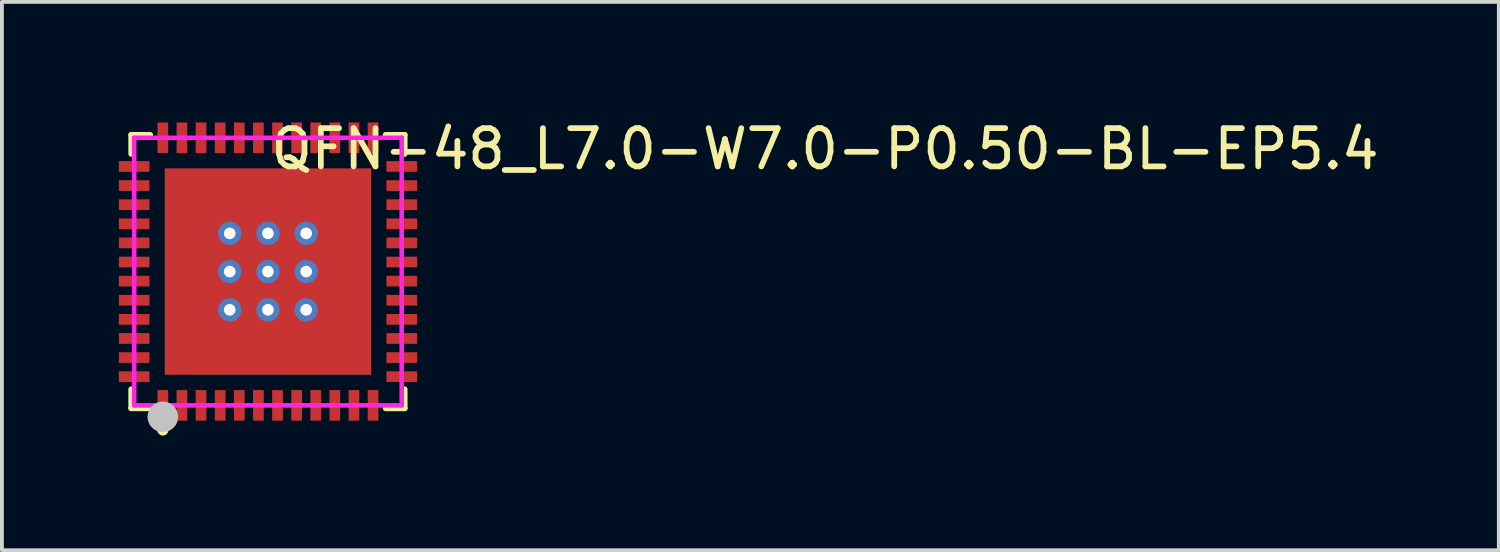
<source format=kicad_pcb>
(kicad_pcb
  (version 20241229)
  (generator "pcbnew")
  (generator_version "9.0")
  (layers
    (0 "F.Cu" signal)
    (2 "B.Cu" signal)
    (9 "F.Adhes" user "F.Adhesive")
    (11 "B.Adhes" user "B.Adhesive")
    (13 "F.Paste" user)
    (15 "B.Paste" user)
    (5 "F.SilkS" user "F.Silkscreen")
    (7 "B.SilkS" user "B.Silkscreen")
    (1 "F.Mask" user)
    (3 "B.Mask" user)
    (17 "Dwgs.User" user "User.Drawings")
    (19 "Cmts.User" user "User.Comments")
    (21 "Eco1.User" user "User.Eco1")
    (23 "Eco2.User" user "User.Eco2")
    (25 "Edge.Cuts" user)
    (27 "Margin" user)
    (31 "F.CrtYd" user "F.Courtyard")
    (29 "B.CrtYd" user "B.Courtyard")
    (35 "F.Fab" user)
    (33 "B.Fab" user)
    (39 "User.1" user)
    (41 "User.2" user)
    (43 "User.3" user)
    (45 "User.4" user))
  (footprint "QFN-48_L7.0-W7.0-P0.50-BL-EP5.4"
    (layer "F.Cu")
    (at 3.96 4.055)
    (property "Reference" "QFN-48_L7.0-W7.0-P0.50-BL-EP5.4" (at 0 -3.207 0) (layer "F.SilkS") (effects (font (size 1 1) (thickness 0.15)) (justify left)))
    (attr through_hole)
    (fp_line (start -3.576 -3.576) (end -3.081 -3.576) (stroke (width 0.152) (type solid)) (layer "F.SilkS"))
    (fp_line (start -3.576 -3.08) (end -3.576 -3.576) (stroke (width 0.152) (type solid)) (layer "F.SilkS"))
    (fp_line (start -3.576 3.08) (end -3.576 3.576) (stroke (width 0.152) (type solid)) (layer "F.SilkS"))
    (fp_line (start -3.576 3.576) (end -3.081 3.576) (stroke (width 0.152) (type solid)) (layer "F.SilkS"))
    (fp_line (start 3.576 -3.576) (end 3.08 -3.576) (stroke (width 0.152) (type solid)) (layer "F.SilkS"))
    (fp_line (start 3.576 -3.08) (end 3.576 -3.576) (stroke (width 0.152) (type solid)) (layer "F.SilkS"))
    (fp_line (start 3.576 3.08) (end 3.576 3.576) (stroke (width 0.152) (type solid)) (layer "F.SilkS"))
    (fp_line (start 3.576 3.576) (end 3.08 3.576) (stroke (width 0.152) (type solid)) (layer "F.SilkS"))
    (fp_circle (center -2.75 4.14) (end -2.675 4.14) (stroke (width 0.15) (type solid)) (fill no) (layer "F.SilkS"))
    (fp_poly (pts (xy -3.1 -2.61) (xy -3.1 -2.89) (xy -3.9 -2.89) (xy -3.9 -2.61)) (stroke (width 0.12) (type solid)) (fill yes) (layer "F.Paste"))
    (fp_poly (pts (xy -3.1 -2.11) (xy -3.1 -2.39) (xy -3.9 -2.39) (xy -3.9 -2.11)) (stroke (width 0.12) (type solid)) (fill yes) (layer "F.Paste"))
    (fp_poly (pts (xy -3.1 -1.61) (xy -3.1 -1.89) (xy -3.9 -1.89) (xy -3.9 -1.61)) (stroke (width 0.12) (type solid)) (fill yes) (layer "F.Paste"))
    (fp_poly (pts (xy -3.1 -1.11) (xy -3.1 -1.39) (xy -3.9 -1.39) (xy -3.9 -1.11)) (stroke (width 0.12) (type solid)) (fill yes) (layer "F.Paste"))
    (fp_poly (pts (xy -3.1 -0.61) (xy -3.1 -0.89) (xy -3.9 -0.89) (xy -3.9 -0.61)) (stroke (width 0.12) (type solid)) (fill yes) (layer "F.Paste"))
    (fp_poly (pts (xy -3.1 -0.11) (xy -3.1 -0.39) (xy -3.9 -0.39) (xy -3.9 -0.11)) (stroke (width 0.12) (type solid)) (fill yes) (layer "F.Paste"))
    (fp_poly (pts (xy -3.1 0.39) (xy -3.1 0.11) (xy -3.9 0.11) (xy -3.9 0.39)) (stroke (width 0.12) (type solid)) (fill yes) (layer "F.Paste"))
    (fp_poly (pts (xy -3.1 0.89) (xy -3.1 0.61) (xy -3.9 0.61) (xy -3.9 0.89)) (stroke (width 0.12) (type solid)) (fill yes) (layer "F.Paste"))
    (fp_poly (pts (xy -3.1 1.39) (xy -3.1 1.11) (xy -3.9 1.11) (xy -3.9 1.39)) (stroke (width 0.12) (type solid)) (fill yes) (layer "F.Paste"))
    (fp_poly (pts (xy -3.1 1.89) (xy -3.1 1.61) (xy -3.9 1.61) (xy -3.9 1.89)) (stroke (width 0.12) (type solid)) (fill yes) (layer "F.Paste"))
    (fp_poly (pts (xy -3.1 2.39) (xy -3.1 2.11) (xy -3.9 2.11) (xy -3.9 2.39)) (stroke (width 0.12) (type solid)) (fill yes) (layer "F.Paste"))
    (fp_poly (pts (xy -3.1 2.89) (xy -3.1 2.61) (xy -3.9 2.61) (xy -3.9 2.89)) (stroke (width 0.12) (type solid)) (fill yes) (layer "F.Paste"))
    (fp_poly (pts (xy -2.61 -3.9) (xy -2.89 -3.9) (xy -2.89 -3.1) (xy -2.61 -3.1)) (stroke (width 0.12) (type solid)) (fill yes) (layer "F.Paste"))
    (fp_poly (pts (xy -2.61 3.1) (xy -2.89 3.1) (xy -2.89 3.9) (xy -2.61 3.9)) (stroke (width 0.12) (type solid)) (fill yes) (layer "F.Paste"))
    (fp_poly (pts (xy -2.16 -2.16) (xy 2.16 -2.16) (xy 2.16 2.16) (xy -2.16 2.16)) (stroke (width 0.12) (type solid)) (fill yes) (layer "F.Paste"))
    (fp_poly (pts (xy -2.11 -3.9) (xy -2.39 -3.9) (xy -2.39 -3.1) (xy -2.11 -3.1)) (stroke (width 0.12) (type solid)) (fill yes) (layer "F.Paste"))
    (fp_poly (pts (xy -2.109 3.1) (xy -2.389 3.1) (xy -2.389 3.9) (xy -2.109 3.9)) (stroke (width 0.12) (type solid)) (fill yes) (layer "F.Paste"))
    (fp_poly (pts (xy -1.61 -3.9) (xy -1.89 -3.9) (xy -1.89 -3.1) (xy -1.61 -3.1)) (stroke (width 0.12) (type solid)) (fill yes) (layer "F.Paste"))
    (fp_poly (pts (xy -1.609 3.1) (xy -1.89 3.1) (xy -1.89 3.9) (xy -1.609 3.9)) (stroke (width 0.12) (type solid)) (fill yes) (layer "F.Paste"))
    (fp_poly (pts (xy -1.11 -3.9) (xy -1.39 -3.9) (xy -1.39 -3.1) (xy -1.11 -3.1)) (stroke (width 0.12) (type solid)) (fill yes) (layer "F.Paste"))
    (fp_poly (pts (xy -1.109 3.1) (xy -1.389 3.1) (xy -1.389 3.9) (xy -1.109 3.9)) (stroke (width 0.12) (type solid)) (fill yes) (layer "F.Paste"))
    (fp_poly (pts (xy -0.61 -3.9) (xy -0.89 -3.9) (xy -0.89 -3.1) (xy -0.61 -3.1)) (stroke (width 0.12) (type solid)) (fill yes) (layer "F.Paste"))
    (fp_poly (pts (xy -0.61 3.1) (xy -0.89 3.1) (xy -0.89 3.9) (xy -0.61 3.9)) (stroke (width 0.12) (type solid)) (fill yes) (layer "F.Paste"))
    (fp_poly (pts (xy -0.11 -3.9) (xy -0.389 -3.9) (xy -0.389 -3.1) (xy -0.11 -3.1)) (stroke (width 0.12) (type solid)) (fill yes) (layer "F.Paste"))
    (fp_poly (pts (xy -0.109 3.1) (xy -0.389 3.1) (xy -0.389 3.899) (xy -0.109 3.899)) (stroke (width 0.12) (type solid)) (fill yes) (layer "F.Paste"))
    (fp_poly (pts (xy 0.39 -3.9) (xy 0.11 -3.9) (xy 0.11 -3.1) (xy 0.39 -3.1)) (stroke (width 0.12) (type solid)) (fill yes) (layer "F.Paste"))
    (fp_poly (pts (xy 0.39 3.1) (xy 0.11 3.1) (xy 0.11 3.9) (xy 0.39 3.9)) (stroke (width 0.12) (type solid)) (fill yes) (layer "F.Paste"))
    (fp_poly (pts (xy 0.89 -3.9) (xy 0.61 -3.9) (xy 0.61 -3.1) (xy 0.89 -3.1)) (stroke (width 0.12) (type solid)) (fill yes) (layer "F.Paste"))
    (fp_poly (pts (xy 0.89 3.1) (xy 0.611 3.1) (xy 0.611 3.899) (xy 0.89 3.899)) (stroke (width 0.12) (type solid)) (fill yes) (layer "F.Paste"))
    (fp_poly (pts (xy 1.39 -3.9) (xy 1.11 -3.9) (xy 1.11 -3.1) (xy 1.39 -3.1)) (stroke (width 0.12) (type solid)) (fill yes) (layer "F.Paste"))
    (fp_poly (pts (xy 1.39 3.1) (xy 1.11 3.1) (xy 1.11 3.9) (xy 1.39 3.9)) (stroke (width 0.12) (type solid)) (fill yes) (layer "F.Paste"))
    (fp_poly (pts (xy 1.89 -3.9) (xy 1.61 -3.9) (xy 1.61 -3.1) (xy 1.89 -3.1)) (stroke (width 0.12) (type solid)) (fill yes) (layer "F.Paste"))
    (fp_poly (pts (xy 1.891 3.1) (xy 1.611 3.1) (xy 1.611 3.9) (xy 1.891 3.9)) (stroke (width 0.12) (type solid)) (fill yes) (layer "F.Paste"))
    (fp_poly (pts (xy 2.39 -3.9) (xy 2.11 -3.9) (xy 2.11 -3.1) (xy 2.39 -3.1)) (stroke (width 0.12) (type solid)) (fill yes) (layer "F.Paste"))
    (fp_poly (pts (xy 2.39 3.1) (xy 2.11 3.1) (xy 2.11 3.9) (xy 2.39 3.9)) (stroke (width 0.12) (type solid)) (fill yes) (layer "F.Paste"))
    (fp_poly (pts (xy 2.89 -3.9) (xy 2.61 -3.9) (xy 2.61 -3.1) (xy 2.89 -3.1)) (stroke (width 0.12) (type solid)) (fill yes) (layer "F.Paste"))
    (fp_poly (pts (xy 2.891 3.1) (xy 2.611 3.1) (xy 2.611 3.9) (xy 2.891 3.9)) (stroke (width 0.12) (type solid)) (fill yes) (layer "F.Paste"))
    (fp_poly (pts (xy 3.9 -2.61) (xy 3.9 -2.89) (xy 3.1 -2.89) (xy 3.1 -2.61)) (stroke (width 0.12) (type solid)) (fill yes) (layer "F.Paste"))
    (fp_poly (pts (xy 3.9 -2.11) (xy 3.9 -2.39) (xy 3.1 -2.39) (xy 3.1 -2.11)) (stroke (width 0.12) (type solid)) (fill yes) (layer "F.Paste"))
    (fp_poly (pts (xy 3.9 -1.61) (xy 3.9 -1.89) (xy 3.1 -1.89) (xy 3.1 -1.61)) (stroke (width 0.12) (type solid)) (fill yes) (layer "F.Paste"))
    (fp_poly (pts (xy 3.9 -1.11) (xy 3.9 -1.39) (xy 3.1 -1.39) (xy 3.1 -1.11)) (stroke (width 0.12) (type solid)) (fill yes) (layer "F.Paste"))
    (fp_poly (pts (xy 3.9 -0.61) (xy 3.9 -0.89) (xy 3.1 -0.89) (xy 3.1 -0.61)) (stroke (width 0.12) (type solid)) (fill yes) (layer "F.Paste"))
    (fp_poly (pts (xy 3.9 -0.11) (xy 3.9 -0.39) (xy 3.1 -0.39) (xy 3.1 -0.11)) (stroke (width 0.12) (type solid)) (fill yes) (layer "F.Paste"))
    (fp_poly (pts (xy 3.9 0.39) (xy 3.9 0.11) (xy 3.1 0.11) (xy 3.1 0.39)) (stroke (width 0.12) (type solid)) (fill yes) (layer "F.Paste"))
    (fp_poly (pts (xy 3.9 0.89) (xy 3.9 0.61) (xy 3.1 0.61) (xy 3.1 0.89)) (stroke (width 0.12) (type solid)) (fill yes) (layer "F.Paste"))
    (fp_poly (pts (xy 3.9 1.39) (xy 3.9 1.11) (xy 3.1 1.11) (xy 3.1 1.39)) (stroke (width 0.12) (type solid)) (fill yes) (layer "F.Paste"))
    (fp_poly (pts (xy 3.9 1.89) (xy 3.9 1.61) (xy 3.1 1.61) (xy 3.1 1.89)) (stroke (width 0.12) (type solid)) (fill yes) (layer "F.Paste"))
    (fp_poly (pts (xy 3.9 2.39) (xy 3.9 2.11) (xy 3.1 2.11) (xy 3.1 2.39)) (stroke (width 0.12) (type solid)) (fill yes) (layer "F.Paste"))
    (fp_poly (pts (xy 3.9 2.89) (xy 3.9 2.61) (xy 3.1 2.61) (xy 3.1 2.89)) (stroke (width 0.12) (type solid)) (fill yes) (layer "F.Paste"))
    (fp_circle (center -2.75 3.8) (end -2.55 3.8) (stroke (width 0.4) (type solid)) (fill no) (layer "Dwgs.User"))
    (fp_circle (center -3.5 3.5) (end -3.47 3.5) (stroke (width 0.06) (type solid)) (fill no) (layer "Eco2.User"))
    (fp_poly (pts (xy -3.1 -2.63) (xy -3.1 -2.87) (xy -3.5 -2.87) (xy -3.5 -2.63)) (stroke (width 0.12) (type solid)) (fill no) (layer "Eco2.User"))
    (fp_poly (pts (xy -3.1 -2.13) (xy -3.1 -2.37) (xy -3.5 -2.37) (xy -3.5 -2.13)) (stroke (width 0.12) (type solid)) (fill no) (layer "Eco2.User"))
    (fp_poly (pts (xy -3.1 -1.63) (xy -3.1 -1.87) (xy -3.5 -1.87) (xy -3.5 -1.63)) (stroke (width 0.12) (type solid)) (fill no) (layer "Eco2.User"))
    (fp_poly (pts (xy -3.1 -1.13) (xy -3.1 -1.37) (xy -3.5 -1.37) (xy -3.5 -1.13)) (stroke (width 0.12) (type solid)) (fill no) (layer "Eco2.User"))
    (fp_poly (pts (xy -3.1 -0.63) (xy -3.1 -0.87) (xy -3.5 -0.87) (xy -3.5 -0.63)) (stroke (width 0.12) (type solid)) (fill no) (layer "Eco2.User"))
    (fp_poly (pts (xy -3.1 -0.13) (xy -3.1 -0.37) (xy -3.5 -0.37) (xy -3.5 -0.13)) (stroke (width 0.12) (type solid)) (fill no) (layer "Eco2.User"))
    (fp_poly (pts (xy -3.1 0.37) (xy -3.1 0.13) (xy -3.5 0.13) (xy -3.5 0.37)) (stroke (width 0.12) (type solid)) (fill no) (layer "Eco2.User"))
    (fp_poly (pts (xy -3.1 0.87) (xy -3.1 0.63) (xy -3.5 0.63) (xy -3.5 0.87)) (stroke (width 0.12) (type solid)) (fill no) (layer "Eco2.User"))
    (fp_poly (pts (xy -3.1 1.37) (xy -3.1 1.13) (xy -3.5 1.13) (xy -3.5 1.37)) (stroke (width 0.12) (type solid)) (fill no) (layer "Eco2.User"))
    (fp_poly (pts (xy -3.1 1.87) (xy -3.1 1.63) (xy -3.5 1.63) (xy -3.5 1.87)) (stroke (width 0.12) (type solid)) (fill no) (layer "Eco2.User"))
    (fp_poly (pts (xy -3.1 2.37) (xy -3.1 2.13) (xy -3.5 2.13) (xy -3.5 2.37)) (stroke (width 0.12) (type solid)) (fill no) (layer "Eco2.User"))
    (fp_poly (pts (xy -3.1 2.87) (xy -3.1 2.63) (xy -3.5 2.63) (xy -3.5 2.87)) (stroke (width 0.12) (type solid)) (fill no) (layer "Eco2.User"))
    (fp_poly (pts (xy -2.87 -3.5) (xy -2.87 -3.1) (xy -2.63 -3.1) (xy -2.63 -3.5)) (stroke (width 0.12) (type solid)) (fill no) (layer "Eco2.User"))
    (fp_poly (pts (xy -2.87 3.5) (xy -2.87 3.1) (xy -2.63 3.1) (xy -2.63 3.5)) (stroke (width 0.12) (type solid)) (fill no) (layer "Eco2.User"))
    (fp_poly (pts (xy -2.7 -2.7) (xy 2.7 -2.7) (xy 2.7 2.7) (xy -2.7 2.7)) (stroke (width 0.12) (type solid)) (fill no) (layer "Eco2.User"))
    (fp_poly (pts (xy -2.37 -3.5) (xy -2.37 -3.1) (xy -2.13 -3.1) (xy -2.13 -3.5)) (stroke (width 0.12) (type solid)) (fill no) (layer "Eco2.User"))
    (fp_poly (pts (xy -2.37 3.5) (xy -2.37 3.1) (xy -2.13 3.1) (xy -2.13 3.5)) (stroke (width 0.12) (type solid)) (fill no) (layer "Eco2.User"))
    (fp_poly (pts (xy -1.87 -3.5) (xy -1.87 -3.1) (xy -1.63 -3.1) (xy -1.63 -3.5)) (stroke (width 0.12) (type solid)) (fill no) (layer "Eco2.User"))
    (fp_poly (pts (xy -1.87 3.5) (xy -1.87 3.1) (xy -1.63 3.1) (xy -1.63 3.5)) (stroke (width 0.12) (type solid)) (fill no) (layer "Eco2.User"))
    (fp_poly (pts (xy -1.37 -3.5) (xy -1.37 -3.1) (xy -1.13 -3.1) (xy -1.13 -3.5)) (stroke (width 0.12) (type solid)) (fill no) (layer "Eco2.User"))
    (fp_poly (pts (xy -1.37 3.5) (xy -1.37 3.1) (xy -1.13 3.1) (xy -1.13 3.5)) (stroke (width 0.12) (type solid)) (fill no) (layer "Eco2.User"))
    (fp_poly (pts (xy -0.87 -3.5) (xy -0.87 -3.1) (xy -0.63 -3.1) (xy -0.63 -3.5)) (stroke (width 0.12) (type solid)) (fill no) (layer "Eco2.User"))
    (fp_poly (pts (xy -0.87 3.5) (xy -0.87 3.1) (xy -0.63 3.1) (xy -0.63 3.5)) (stroke (width 0.12) (type solid)) (fill no) (layer "Eco2.User"))
    (fp_poly (pts (xy -0.37 -3.5) (xy -0.37 -3.1) (xy -0.13 -3.1) (xy -0.13 -3.5)) (stroke (width 0.12) (type solid)) (fill no) (layer "Eco2.User"))
    (fp_poly (pts (xy -0.37 3.5) (xy -0.37 3.1) (xy -0.13 3.1) (xy -0.13 3.5)) (stroke (width 0.12) (type solid)) (fill no) (layer "Eco2.User"))
    (fp_poly (pts (xy 0.13 -3.5) (xy 0.13 -3.1) (xy 0.37 -3.1) (xy 0.37 -3.5)) (stroke (width 0.12) (type solid)) (fill no) (layer "Eco2.User"))
    (fp_poly (pts (xy 0.13 3.5) (xy 0.13 3.1) (xy 0.37 3.1) (xy 0.37 3.5)) (stroke (width 0.12) (type solid)) (fill no) (layer "Eco2.User"))
    (fp_poly (pts (xy 0.63 -3.5) (xy 0.63 -3.1) (xy 0.87 -3.1) (xy 0.87 -3.5)) (stroke (width 0.12) (type solid)) (fill no) (layer "Eco2.User"))
    (fp_poly (pts (xy 0.63 3.5) (xy 0.63 3.1) (xy 0.87 3.1) (xy 0.87 3.5)) (stroke (width 0.12) (type solid)) (fill no) (layer "Eco2.User"))
    (fp_poly (pts (xy 1.13 -3.5) (xy 1.13 -3.1) (xy 1.37 -3.1) (xy 1.37 -3.5)) (stroke (width 0.12) (type solid)) (fill no) (layer "Eco2.User"))
    (fp_poly (pts (xy 1.13 3.5) (xy 1.13 3.1) (xy 1.37 3.1) (xy 1.37 3.5)) (stroke (width 0.12) (type solid)) (fill no) (layer "Eco2.User"))
    (fp_poly (pts (xy 1.63 -3.5) (xy 1.63 -3.1) (xy 1.87 -3.1) (xy 1.87 -3.5)) (stroke (width 0.12) (type solid)) (fill no) (layer "Eco2.User"))
    (fp_poly (pts (xy 1.63 3.5) (xy 1.63 3.1) (xy 1.87 3.1) (xy 1.87 3.5)) (stroke (width 0.12) (type solid)) (fill no) (layer "Eco2.User"))
    (fp_poly (pts (xy 2.13 -3.5) (xy 2.13 -3.1) (xy 2.37 -3.1) (xy 2.37 -3.5)) (stroke (width 0.12) (type solid)) (fill no) (layer "Eco2.User"))
    (fp_poly (pts (xy 2.13 3.5) (xy 2.13 3.1) (xy 2.37 3.1) (xy 2.37 3.5)) (stroke (width 0.12) (type solid)) (fill no) (layer "Eco2.User"))
    (fp_poly (pts (xy 2.63 -3.5) (xy 2.63 -3.1) (xy 2.87 -3.1) (xy 2.87 -3.5)) (stroke (width 0.12) (type solid)) (fill no) (layer "Eco2.User"))
    (fp_poly (pts (xy 2.63 3.5) (xy 2.63 3.1) (xy 2.87 3.1) (xy 2.87 3.5)) (stroke (width 0.12) (type solid)) (fill no) (layer "Eco2.User"))
    (fp_poly (pts (xy 3.1 -2.63) (xy 3.1 -2.87) (xy 3.5 -2.87) (xy 3.5 -2.63)) (stroke (width 0.12) (type solid)) (fill no) (layer "Eco2.User"))
    (fp_poly (pts (xy 3.1 -2.13) (xy 3.1 -2.37) (xy 3.5 -2.37) (xy 3.5 -2.13)) (stroke (width 0.12) (type solid)) (fill no) (layer "Eco2.User"))
    (fp_poly (pts (xy 3.1 -1.63) (xy 3.1 -1.87) (xy 3.5 -1.87) (xy 3.5 -1.63)) (stroke (width 0.12) (type solid)) (fill no) (layer "Eco2.User"))
    (fp_poly (pts (xy 3.1 -1.13) (xy 3.1 -1.37) (xy 3.5 -1.37) (xy 3.5 -1.13)) (stroke (width 0.12) (type solid)) (fill no) (layer "Eco2.User"))
    (fp_poly (pts (xy 3.1 -0.63) (xy 3.1 -0.87) (xy 3.5 -0.87) (xy 3.5 -0.63)) (stroke (width 0.12) (type solid)) (fill no) (layer "Eco2.User"))
    (fp_poly (pts (xy 3.1 -0.13) (xy 3.1 -0.37) (xy 3.5 -0.37) (xy 3.5 -0.13)) (stroke (width 0.12) (type solid)) (fill no) (layer "Eco2.User"))
    (fp_poly (pts (xy 3.1 0.37) (xy 3.1 0.13) (xy 3.5 0.13) (xy 3.5 0.37)) (stroke (width 0.12) (type solid)) (fill no) (layer "Eco2.User"))
    (fp_poly (pts (xy 3.1 0.87) (xy 3.1 0.63) (xy 3.5 0.63) (xy 3.5 0.87)) (stroke (width 0.12) (type solid)) (fill no) (layer "Eco2.User"))
    (fp_poly (pts (xy 3.1 1.37) (xy 3.1 1.13) (xy 3.5 1.13) (xy 3.5 1.37)) (stroke (width 0.12) (type solid)) (fill no) (layer "Eco2.User"))
    (fp_poly (pts (xy 3.1 1.87) (xy 3.1 1.63) (xy 3.5 1.63) (xy 3.5 1.87)) (stroke (width 0.12) (type solid)) (fill no) (layer "Eco2.User"))
    (fp_poly (pts (xy 3.1 2.37) (xy 3.1 2.13) (xy 3.5 2.13) (xy 3.5 2.37)) (stroke (width 0.12) (type solid)) (fill no) (layer "Eco2.User"))
    (fp_poly (pts (xy 3.1 2.87) (xy 3.1 2.63) (xy 3.5 2.63) (xy 3.5 2.87)) (stroke (width 0.12) (type solid)) (fill no) (layer "Eco2.User"))
    (fp_line (start -3.5 -3.5) (end 3.5 -3.5) (stroke (width 0.12) (type solid)) (layer "F.CrtYd"))
    (fp_line (start -3.5 3.5) (end -3.5 -3.5) (stroke (width 0.12) (type solid)) (layer "F.CrtYd"))
    (fp_line (start 3.5 -3.5) (end 3.5 3.5) (stroke (width 0.12) (type solid)) (layer "F.CrtYd"))
    (fp_line (start 3.5 3.5) (end -3.5 3.5) (stroke (width 0.12) (type solid)) (layer "F.CrtYd"))
    (pad "" thru_hole circle (at -1 -1) (size 0.61 0.61) (drill 0.304) (layers "*.Cu" "*.Mask"))
    (pad "" thru_hole circle (at -1 0) (size 0.61 0.61) (drill 0.304) (layers "*.Cu" "*.Mask"))
    (pad "" thru_hole circle (at -1 1) (size 0.61 0.61) (drill 0.304) (layers "*.Cu" "*.Mask"))
    (pad "" thru_hole circle (at 0 -1) (size 0.61 0.61) (drill 0.304) (layers "*.Cu" "*.Mask"))
    (pad "" thru_hole circle (at 0 0) (size 0.61 0.61) (drill 0.304) (layers "*.Cu" "*.Mask"))
    (pad "" thru_hole circle (at 0 1) (size 0.61 0.61) (drill 0.304) (layers "*.Cu" "*.Mask"))
    (pad "" thru_hole circle (at 1 -1) (size 0.61 0.61) (drill 0.304) (layers "*.Cu" "*.Mask"))
    (pad "" thru_hole circle (at 1 0) (size 0.61 0.61) (drill 0.304) (layers "*.Cu" "*.Mask"))
    (pad "" thru_hole circle (at 1 1) (size 0.61 0.61) (drill 0.304) (layers "*.Cu" "*.Mask"))
    (pad "1" smd rect (at -2.75 3.5) (size 0.28 0.8) (layers "F.Cu" "F.Mask" "F.Paste"))
    (pad "2" smd rect (at -2.25 3.5) (size 0.28 0.8) (layers "F.Cu" "F.Mask" "F.Paste"))
    (pad "3" smd rect (at -1.75 3.5) (size 0.28 0.8) (layers "F.Cu" "F.Mask" "F.Paste"))
    (pad "4" smd rect (at -1.25 3.5) (size 0.28 0.8) (layers "F.Cu" "F.Mask" "F.Paste"))
    (pad "5" smd rect (at -0.75 3.5) (size 0.28 0.8) (layers "F.Cu" "F.Mask" "F.Paste"))
    (pad "6" smd rect (at -0.25 3.5) (size 0.28 0.8) (layers "F.Cu" "F.Mask" "F.Paste"))
    (pad "7" smd rect (at 0.25 3.5) (size 0.28 0.8) (layers "F.Cu" "F.Mask" "F.Paste"))
    (pad "8" smd rect (at 0.75 3.5) (size 0.28 0.8) (layers "F.Cu" "F.Mask" "F.Paste"))
    (pad "9" smd rect (at 1.25 3.5) (size 0.28 0.8) (layers "F.Cu" "F.Mask" "F.Paste"))
    (pad "10" smd rect (at 1.75 3.5) (size 0.28 0.8) (layers "F.Cu" "F.Mask" "F.Paste"))
    (pad "11" smd rect (at 2.25 3.5) (size 0.28 0.8) (layers "F.Cu" "F.Mask" "F.Paste"))
    (pad "12" smd rect (at 2.75 3.5) (size 0.28 0.8) (layers "F.Cu" "F.Mask" "F.Paste"))
    (pad "13" smd rect (at 3.5 2.75) (size 0.8 0.28) (layers "F.Cu" "F.Mask" "F.Paste"))
    (pad "14" smd rect (at 3.5 2.25) (size 0.8 0.28) (layers "F.Cu" "F.Mask" "F.Paste"))
    (pad "15" smd rect (at 3.5 1.75) (size 0.8 0.28) (layers "F.Cu" "F.Mask" "F.Paste"))
    (pad "16" smd rect (at 3.5 1.25) (size 0.8 0.28) (layers "F.Cu" "F.Mask" "F.Paste"))
    (pad "17" smd rect (at 3.5 0.75) (size 0.8 0.28) (layers "F.Cu" "F.Mask" "F.Paste"))
    (pad "18" smd rect (at 3.5 0.25) (size 0.8 0.28) (layers "F.Cu" "F.Mask" "F.Paste"))
    (pad "19" smd rect (at 3.5 -0.25) (size 0.8 0.28) (layers "F.Cu" "F.Mask" "F.Paste"))
    (pad "20" smd rect (at 3.5 -0.75) (size 0.8 0.28) (layers "F.Cu" "F.Mask" "F.Paste"))
    (pad "21" smd rect (at 3.5 -1.25) (size 0.8 0.28) (layers "F.Cu" "F.Mask" "F.Paste"))
    (pad "22" smd rect (at 3.5 -1.75) (size 0.8 0.28) (layers "F.Cu" "F.Mask" "F.Paste"))
    (pad "23" smd rect (at 3.5 -2.25) (size 0.8 0.28) (layers "F.Cu" "F.Mask" "F.Paste"))
    (pad "24" smd rect (at 3.5 -2.75) (size 0.8 0.28) (layers "F.Cu" "F.Mask" "F.Paste"))
    (pad "25" smd rect (at 2.75 -3.5) (size 0.28 0.8) (layers "F.Cu" "F.Mask" "F.Paste"))
    (pad "26" smd rect (at 2.25 -3.5) (size 0.28 0.8) (layers "F.Cu" "F.Mask" "F.Paste"))
    (pad "27" smd rect (at 1.75 -3.5) (size 0.28 0.8) (layers "F.Cu" "F.Mask" "F.Paste"))
    (pad "28" smd rect (at 1.25 -3.5) (size 0.28 0.8) (layers "F.Cu" "F.Mask" "F.Paste"))
    (pad "29" smd rect (at 0.75 -3.5) (size 0.28 0.8) (layers "F.Cu" "F.Mask" "F.Paste"))
    (pad "30" smd rect (at 0.25 -3.5) (size 0.28 0.8) (layers "F.Cu" "F.Mask" "F.Paste"))
    (pad "31" smd rect (at -0.25 -3.5) (size 0.28 0.8) (layers "F.Cu" "F.Mask" "F.Paste"))
    (pad "32" smd rect (at -0.75 -3.5) (size 0.28 0.8) (layers "F.Cu" "F.Mask" "F.Paste"))
    (pad "33" smd rect (at -1.25 -3.5) (size 0.28 0.8) (layers "F.Cu" "F.Mask" "F.Paste"))
    (pad "34" smd rect (at -1.75 -3.5) (size 0.28 0.8) (layers "F.Cu" "F.Mask" "F.Paste"))
    (pad "35" smd rect (at -2.25 -3.5) (size 0.28 0.8) (layers "F.Cu" "F.Mask" "F.Paste"))
    (pad "36" smd rect (at -2.75 -3.5) (size 0.28 0.8) (layers "F.Cu" "F.Mask" "F.Paste"))
    (pad "37" smd rect (at -3.5 -2.75) (size 0.8 0.28) (layers "F.Cu" "F.Mask" "F.Paste"))
    (pad "38" smd rect (at -3.5 -2.25) (size 0.8 0.28) (layers "F.Cu" "F.Mask" "F.Paste"))
    (pad "39" smd rect (at -3.5 -1.75) (size 0.8 0.28) (layers "F.Cu" "F.Mask" "F.Paste"))
    (pad "40" smd rect (at -3.5 -1.25) (size 0.8 0.28) (layers "F.Cu" "F.Mask" "F.Paste"))
    (pad "41" smd rect (at -3.5 -0.75) (size 0.8 0.28) (layers "F.Cu" "F.Mask" "F.Paste"))
    (pad "42" smd rect (at -3.5 -0.25) (size 0.8 0.28) (layers "F.Cu" "F.Mask" "F.Paste"))
    (pad "43" smd rect (at -3.5 0.25) (size 0.8 0.28) (layers "F.Cu" "F.Mask" "F.Paste"))
    (pad "44" smd rect (at -3.5 0.75) (size 0.8 0.28) (layers "F.Cu" "F.Mask" "F.Paste"))
    (pad "45" smd rect (at -3.5 1.25) (size 0.8 0.28) (layers "F.Cu" "F.Mask" "F.Paste"))
    (pad "46" smd rect (at -3.5 1.75) (size 0.8 0.28) (layers "F.Cu" "F.Mask" "F.Paste"))
    (pad "47" smd rect (at -3.5 2.25) (size 0.8 0.28) (layers "F.Cu" "F.Mask" "F.Paste"))
    (pad "48" smd rect (at -3.5 2.75) (size 0.8 0.28) (layers "F.Cu" "F.Mask" "F.Paste"))
    (pad "49" smd rect (at 0 0) (size 5.4 5.4) (layers "F.Cu" "F.Mask" "F.Paste")))
  (gr_rect
    (start -3 -3)
    (end 36.162 11.345)
    (stroke (width 0.1) (type default))
    (fill no)
    (layer "Edge.Cuts")))
</source>
